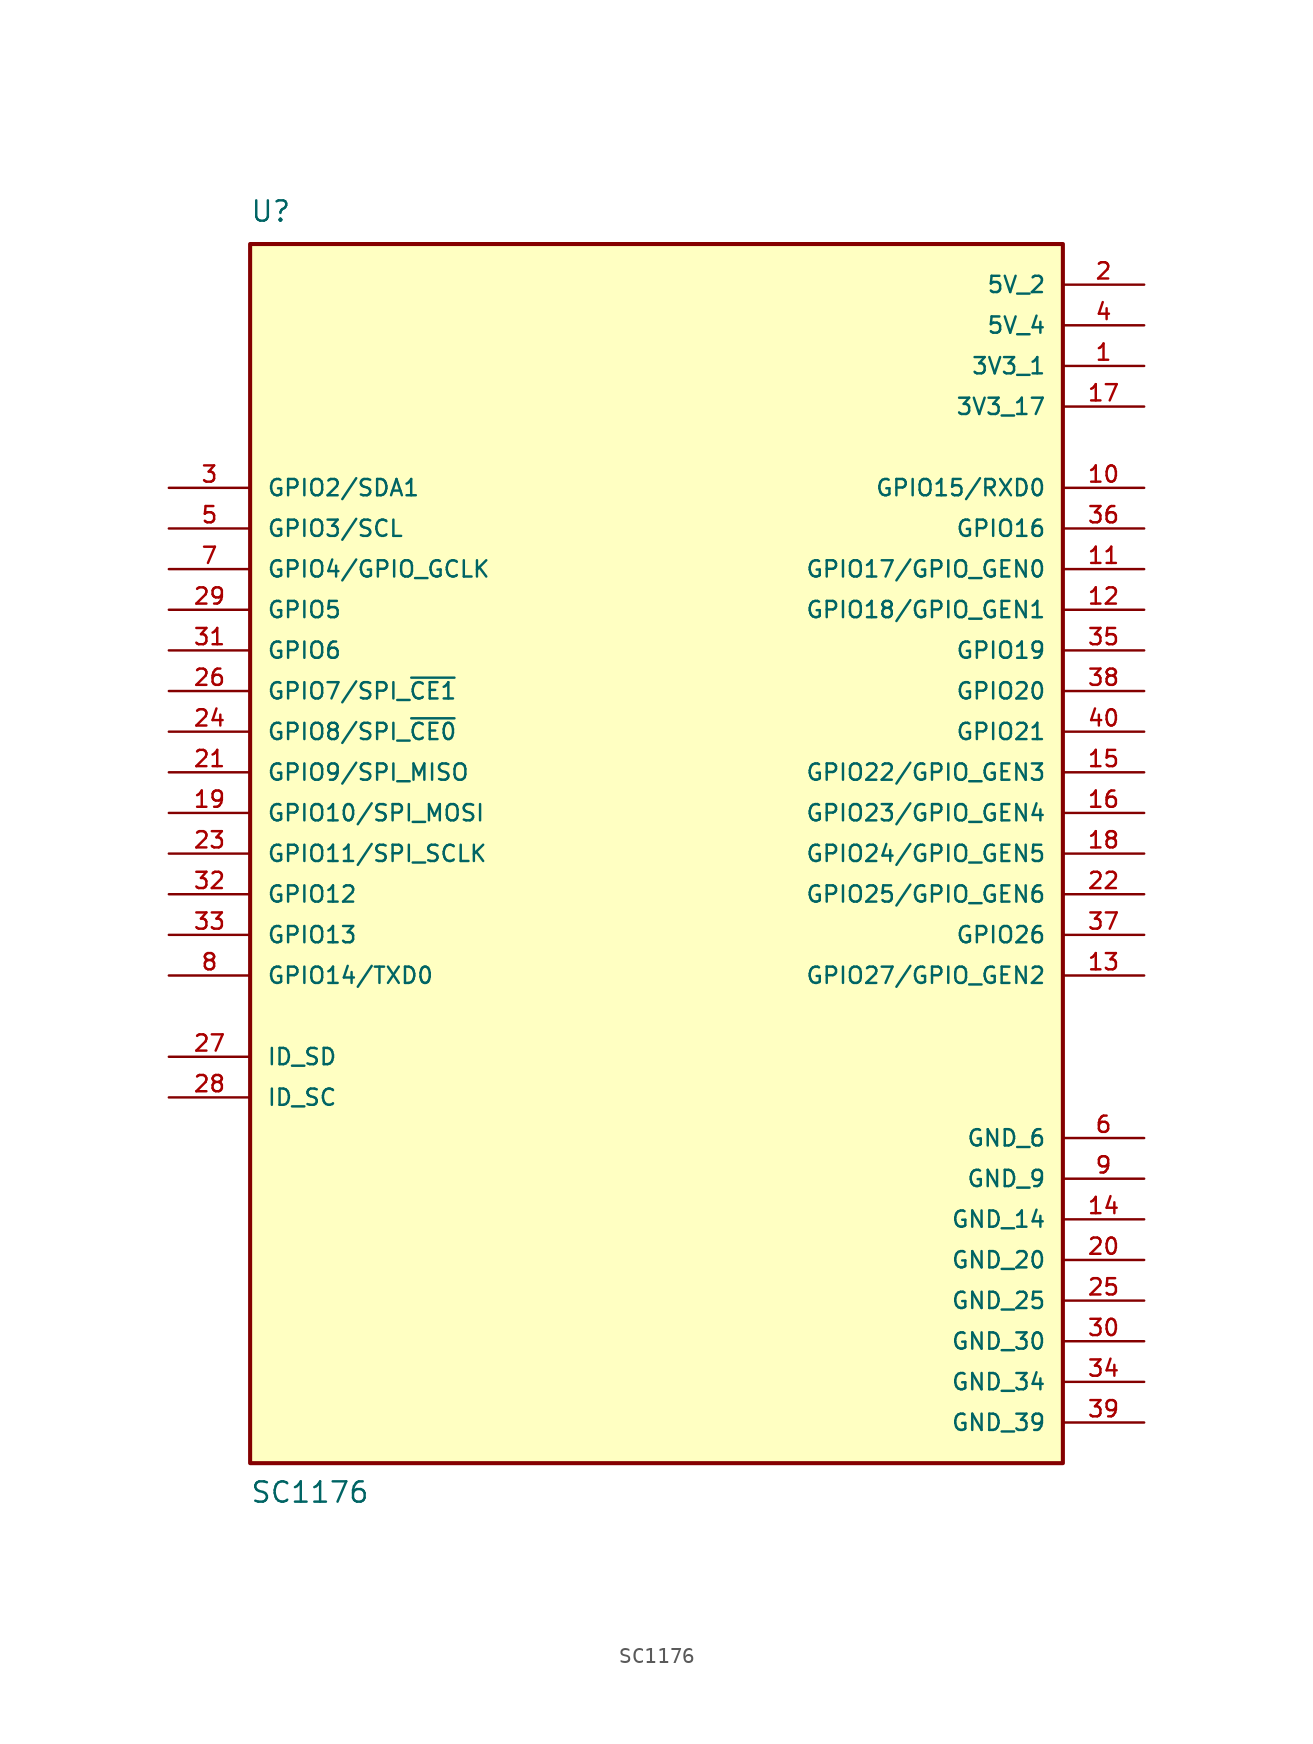
<source format=kicad_sym>
(kicad_symbol_lib
  (version 20211014)
  (generator kicad_symbol_editor)
  (symbol "SC1176"
    (pin_names
      (offset 1.016))
    (property "Reference" "U"
      (at -25.42 39.396 0)
      (effects (font (size 1.27 1.27)) (justify bottom left)))
    (property "Value" "SC1176"
      (at -25.419 -40.669 0)
      (effects (font (size 1.27 1.27)) (justify bottom left)))
    (symbol "SC1176_0_0"
      (rectangle (start -25.4 -38.1) (end 25.4 38.1) (stroke (width 0.254)) (fill (type background)))
      (pin power_in line (at 30.48 35.56 180.0) (length 5.08) (name "5V_2" (effects (font (size 1.016 1.016)))) (number "2" (effects (font (size 1.016 1.016)))))
      (pin power_in line (at 30.48 30.48 180.0) (length 5.08) (name "3V3_1" (effects (font (size 1.016 1.016)))) (number "1" (effects (font (size 1.016 1.016)))))
      (pin bidirectional line (at -30.48 22.86 0) (length 5.08) (name "GPIO2/SDA1" (effects (font (size 1.016 1.016)))) (number "3" (effects (font (size 1.016 1.016)))))
      (pin power_in line (at 30.48 33.02 180.0) (length 5.08) (name "5V_4" (effects (font (size 1.016 1.016)))) (number "4" (effects (font (size 1.016 1.016)))))
      (pin bidirectional line (at -30.48 20.32 0) (length 5.08) (name "GPIO3/SCL" (effects (font (size 1.016 1.016)))) (number "5" (effects (font (size 1.016 1.016)))))
      (pin power_in line (at 30.48 -17.78 180.0) (length 5.08) (name "GND_6" (effects (font (size 1.016 1.016)))) (number "6" (effects (font (size 1.016 1.016)))))
      (pin bidirectional line (at -30.48 17.78 0) (length 5.08) (name "GPIO4/GPIO_GCLK" (effects (font (size 1.016 1.016)))) (number "7" (effects (font (size 1.016 1.016)))))
      (pin bidirectional line (at -30.48 -7.62 0) (length 5.08) (name "GPIO14/TXD0" (effects (font (size 1.016 1.016)))) (number "8" (effects (font (size 1.016 1.016)))))
      (pin power_in line (at 30.48 -20.32 180.0) (length 5.08) (name "GND_9" (effects (font (size 1.016 1.016)))) (number "9" (effects (font (size 1.016 1.016)))))
      (pin bidirectional line (at 30.48 22.86 180.0) (length 5.08) (name "GPIO15/RXD0" (effects (font (size 1.016 1.016)))) (number "10" (effects (font (size 1.016 1.016)))))
      (pin bidirectional line (at 30.48 17.78 180.0) (length 5.08) (name "GPIO17/GPIO_GEN0" (effects (font (size 1.016 1.016)))) (number "11" (effects (font (size 1.016 1.016)))))
      (pin bidirectional line (at 30.48 15.24 180.0) (length 5.08) (name "GPIO18/GPIO_GEN1" (effects (font (size 1.016 1.016)))) (number "12" (effects (font (size 1.016 1.016)))))
      (pin bidirectional line (at 30.48 -7.62 180.0) (length 5.08) (name "GPIO27/GPIO_GEN2" (effects (font (size 1.016 1.016)))) (number "13" (effects (font (size 1.016 1.016)))))
      (pin power_in line (at 30.48 -22.86 180.0) (length 5.08) (name "GND_14" (effects (font (size 1.016 1.016)))) (number "14" (effects (font (size 1.016 1.016)))))
      (pin bidirectional line (at 30.48 5.08 180.0) (length 5.08) (name "GPIO22/GPIO_GEN3" (effects (font (size 1.016 1.016)))) (number "15" (effects (font (size 1.016 1.016)))))
      (pin bidirectional line (at 30.48 2.54 180.0) (length 5.08) (name "GPIO23/GPIO_GEN4" (effects (font (size 1.016 1.016)))) (number "16" (effects (font (size 1.016 1.016)))))
      (pin power_in line (at 30.48 27.94 180.0) (length 5.08) (name "3V3_17" (effects (font (size 1.016 1.016)))) (number "17" (effects (font (size 1.016 1.016)))))
      (pin bidirectional line (at 30.48 0.0 180.0) (length 5.08) (name "GPIO24/GPIO_GEN5" (effects (font (size 1.016 1.016)))) (number "18" (effects (font (size 1.016 1.016)))))
      (pin bidirectional line (at -30.48 2.54 0) (length 5.08) (name "GPIO10/SPI_MOSI" (effects (font (size 1.016 1.016)))) (number "19" (effects (font (size 1.016 1.016)))))
      (pin power_in line (at 30.48 -25.4 180.0) (length 5.08) (name "GND_20" (effects (font (size 1.016 1.016)))) (number "20" (effects (font (size 1.016 1.016)))))
      (pin bidirectional line (at -30.48 5.08 0) (length 5.08) (name "GPIO9/SPI_MISO" (effects (font (size 1.016 1.016)))) (number "21" (effects (font (size 1.016 1.016)))))
      (pin bidirectional line (at 30.48 -2.54 180.0) (length 5.08) (name "GPIO25/GPIO_GEN6" (effects (font (size 1.016 1.016)))) (number "22" (effects (font (size 1.016 1.016)))))
      (pin bidirectional line (at -30.48 0.0 0) (length 5.08) (name "GPIO11/SPI_SCLK" (effects (font (size 1.016 1.016)))) (number "23" (effects (font (size 1.016 1.016)))))
      (pin bidirectional line (at -30.48 7.62 0) (length 5.08) (name "GPIO8/SPI_~{CE0}" (effects (font (size 1.016 1.016)))) (number "24" (effects (font (size 1.016 1.016)))))
      (pin power_in line (at 30.48 -27.94 180.0) (length 5.08) (name "GND_25" (effects (font (size 1.016 1.016)))) (number "25" (effects (font (size 1.016 1.016)))))
      (pin bidirectional line (at -30.48 10.16 0) (length 5.08) (name "GPIO7/SPI_~{CE1}" (effects (font (size 1.016 1.016)))) (number "26" (effects (font (size 1.016 1.016)))))
      (pin bidirectional line (at -30.48 -12.7 0) (length 5.08) (name "ID_SD" (effects (font (size 1.016 1.016)))) (number "27" (effects (font (size 1.016 1.016)))))
      (pin bidirectional line (at -30.48 -15.24 0) (length 5.08) (name "ID_SC" (effects (font (size 1.016 1.016)))) (number "28" (effects (font (size 1.016 1.016)))))
      (pin bidirectional line (at -30.48 15.24 0) (length 5.08) (name "GPIO5" (effects (font (size 1.016 1.016)))) (number "29" (effects (font (size 1.016 1.016)))))
      (pin power_in line (at 30.48 -30.48 180.0) (length 5.08) (name "GND_30" (effects (font (size 1.016 1.016)))) (number "30" (effects (font (size 1.016 1.016)))))
      (pin bidirectional line (at -30.48 12.7 0) (length 5.08) (name "GPIO6" (effects (font (size 1.016 1.016)))) (number "31" (effects (font (size 1.016 1.016)))))
      (pin bidirectional line (at -30.48 -2.54 0) (length 5.08) (name "GPIO12" (effects (font (size 1.016 1.016)))) (number "32" (effects (font (size 1.016 1.016)))))
      (pin bidirectional line (at -30.48 -5.08 0) (length 5.08) (name "GPIO13" (effects (font (size 1.016 1.016)))) (number "33" (effects (font (size 1.016 1.016)))))
      (pin power_in line (at 30.48 -33.02 180.0) (length 5.08) (name "GND_34" (effects (font (size 1.016 1.016)))) (number "34" (effects (font (size 1.016 1.016)))))
      (pin bidirectional line (at 30.48 12.7 180.0) (length 5.08) (name "GPIO19" (effects (font (size 1.016 1.016)))) (number "35" (effects (font (size 1.016 1.016)))))
      (pin bidirectional line (at 30.48 20.32 180.0) (length 5.08) (name "GPIO16" (effects (font (size 1.016 1.016)))) (number "36" (effects (font (size 1.016 1.016)))))
      (pin bidirectional line (at 30.48 -5.08 180.0) (length 5.08) (name "GPIO26" (effects (font (size 1.016 1.016)))) (number "37" (effects (font (size 1.016 1.016)))))
      (pin bidirectional line (at 30.48 10.16 180.0) (length 5.08) (name "GPIO20" (effects (font (size 1.016 1.016)))) (number "38" (effects (font (size 1.016 1.016)))))
      (pin power_in line (at 30.48 -35.56 180.0) (length 5.08) (name "GND_39" (effects (font (size 1.016 1.016)))) (number "39" (effects (font (size 1.016 1.016)))))
      (pin bidirectional line (at 30.48 7.62 180.0) (length 5.08) (name "GPIO21" (effects (font (size 1.016 1.016)))) (number "40" (effects (font (size 1.016 1.016))))))))
</source>
